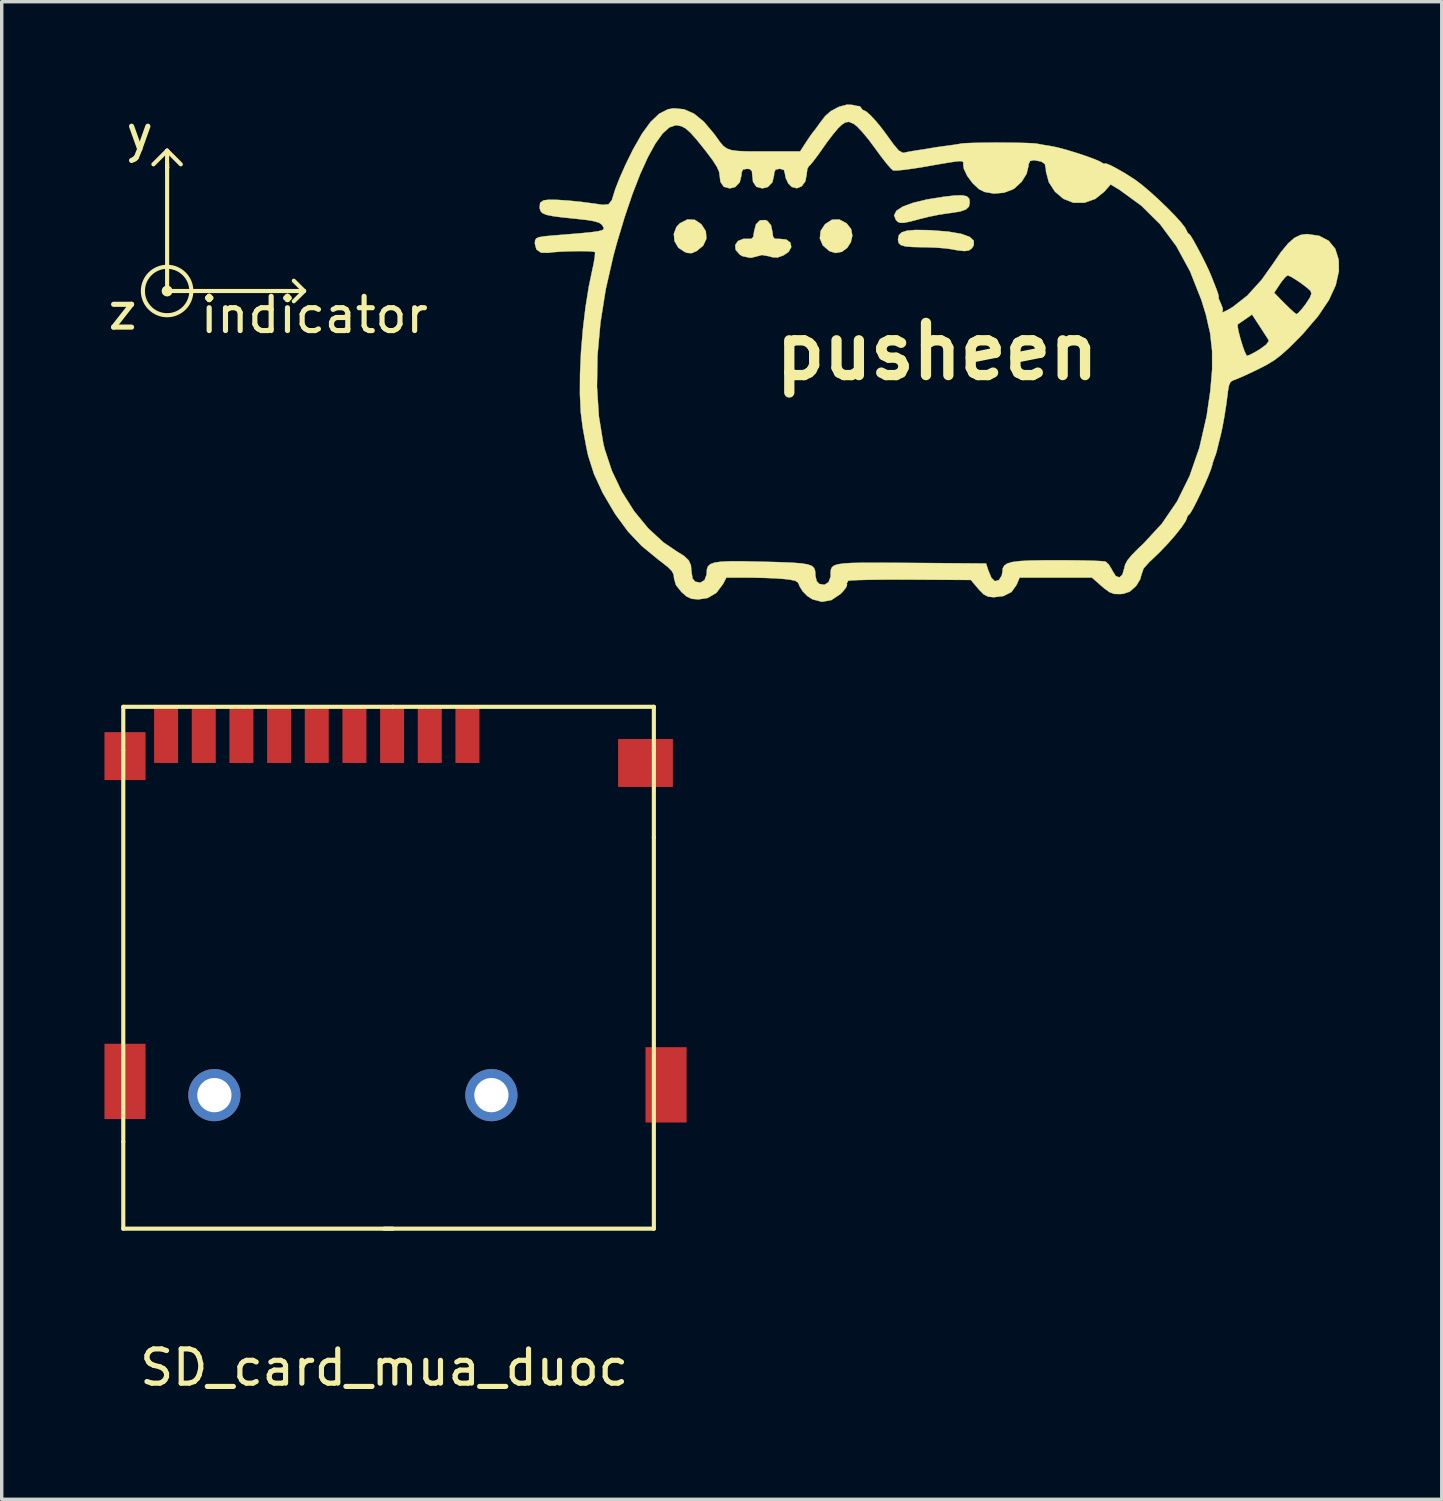
<source format=kicad_pcb>
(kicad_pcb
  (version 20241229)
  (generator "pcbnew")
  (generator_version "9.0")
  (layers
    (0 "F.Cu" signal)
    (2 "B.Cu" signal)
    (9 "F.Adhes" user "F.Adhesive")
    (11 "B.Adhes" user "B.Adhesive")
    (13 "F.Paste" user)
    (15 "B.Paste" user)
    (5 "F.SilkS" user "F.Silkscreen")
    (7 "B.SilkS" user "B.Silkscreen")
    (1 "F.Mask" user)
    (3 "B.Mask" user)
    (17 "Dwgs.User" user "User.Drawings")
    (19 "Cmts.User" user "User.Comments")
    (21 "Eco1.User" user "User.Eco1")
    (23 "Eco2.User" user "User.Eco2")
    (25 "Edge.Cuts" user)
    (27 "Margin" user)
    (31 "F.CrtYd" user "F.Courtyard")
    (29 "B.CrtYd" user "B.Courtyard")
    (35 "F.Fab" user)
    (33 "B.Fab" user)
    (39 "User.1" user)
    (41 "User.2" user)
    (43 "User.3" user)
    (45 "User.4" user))
  (footprint "indicator"
    (layer "F.Cu")
    (at 1.83 5.448)
    (property "Reference" "indicator" (at 4.3 0.7 0) (layer "F.SilkS") (effects (font (size 1 1) (thickness 0.15))))
    (attr through_hole)
    (fp_line (start -0.4 -3.7) (end 0 -4.1) (stroke (width 0.12) (type solid)) (layer "F.SilkS"))
    (fp_line (start 0 -4.1) (end 0.4 -3.7) (stroke (width 0.12) (type solid)) (layer "F.SilkS"))
    (fp_line (start 0 -3.7) (end 0 -3.6) (stroke (width 0.12) (type solid)) (layer "F.SilkS"))
    (fp_line (start 0 -3.6) (end 0 -4.1) (stroke (width 0.12) (type solid)) (layer "F.SilkS"))
    (fp_line (start 0 0) (end 0 -3.6) (stroke (width 0.12) (type solid)) (layer "F.SilkS"))
    (fp_line (start 0 0) (end 4 0) (stroke (width 0.12) (type solid)) (layer "F.SilkS"))
    (fp_line (start 3.7 -0.3) (end 4 0) (stroke (width 0.12) (type solid)) (layer "F.SilkS"))
    (fp_line (start 4 0) (end 3.7 0.3) (stroke (width 0.12) (type solid)) (layer "F.SilkS"))
    (fp_circle (center 0 0) (end 0.1 0) (stroke (width 0.12) (type solid)) (fill no) (layer "F.SilkS"))
    (fp_circle (center 0 0) (end 0.5 0.5) (stroke (width 0.12) (type solid)) (fill no) (layer "F.SilkS"))
    (fp_text user "z" (at -1.3 0.6 0) (layer "F.SilkS") (effects (font (size 1 1) (thickness 0.15))))
    (fp_text user "y" (at -0.8 -4.6 0) (layer "F.SilkS") (effects (font (size 1 1) (thickness 0.15)))))
  (footprint "SD_card_mua_duoc"
    (layer "F.Cu")
    (at 8.17 32.83)
    (property "Reference" "SD_card_mua_duoc" (at 0 4.056 0) (layer "F.SilkS") (effects (font (size 1 1) (thickness 0.15))))
    (attr through_hole)
    (fp_line (start -7.62 -13.97) (end -7.62 -15.24) (stroke (width 0.12) (type solid)) (layer "F.SilkS"))
    (fp_line (start -7.62 -13.97) (end -7.62 -2.54) (stroke (width 0.12) (type solid)) (layer "F.SilkS"))
    (fp_line (start -7.62 -2.54) (end -7.62 0) (stroke (width 0.12) (type solid)) (layer "F.SilkS"))
    (fp_line (start -7.62 0) (end 0.254 0) (stroke (width 0.12) (type solid)) (layer "F.SilkS"))
    (fp_line (start 0 0) (end 7.874 0) (stroke (width 0.12) (type solid)) (layer "F.SilkS"))
    (fp_line (start 0.254 -15.24) (end -7.62 -15.24) (stroke (width 0.12) (type solid)) (layer "F.SilkS"))
    (fp_line (start 0.254 -15.24) (end 7.874 -15.24) (stroke (width 0.12) (type solid)) (layer "F.SilkS"))
    (fp_line (start 7.874 -15.24) (end 7.874 -13.97) (stroke (width 0.12) (type solid)) (layer "F.SilkS"))
    (fp_line (start 7.874 -11.43) (end 7.874 -13.97) (stroke (width 0.12) (type solid)) (layer "F.SilkS"))
    (fp_line (start 7.874 0) (end 7.874 -11.43) (stroke (width 0.12) (type solid)) (layer "F.SilkS"))
    (pad "" smd rect (at -7.57 -13.8 90) (size 1.4 1.2) (layers "F.Cu" "F.Mask" "F.Paste"))
    (pad "" smd rect (at -7.57 -4.3 90) (size 2.2 1.2) (layers "F.Cu" "F.Mask" "F.Paste"))
    (pad "" thru_hole circle (at -4.96 -3.9 90) (size 1.524 1.524) (drill 1) (layers "*.Cu" "*.Mask"))
    (pad "" thru_hole circle (at 3.13 -3.9) (size 1.524 1.524) (drill 1) (layers "*.Cu" "*.Mask"))
    (pad "" smd rect (at 7.63 -13.6 90) (size 1.4 1.6) (layers "F.Cu" "F.Mask" "F.Paste"))
    (pad "" smd rect (at 8.23 -4.2 90) (size 2.2 1.2) (layers "F.Cu" "F.Mask" "F.Paste"))
    (pad "1" smd rect (at 2.43 -14.4) (size 0.7 1.6) (layers "F.Cu" "F.Mask" "F.Paste"))
    (pad "2" smd rect (at 1.33 -14.4) (size 0.7 1.6) (layers "F.Cu" "F.Mask" "F.Paste"))
    (pad "3" smd rect (at 0.23 -14.4) (size 0.7 1.6) (layers "F.Cu" "F.Mask" "F.Paste"))
    (pad "4" smd rect (at -0.87 -14.4) (size 0.7 1.6) (layers "F.Cu" "F.Mask" "F.Paste"))
    (pad "5" smd rect (at -1.97 -14.4) (size 0.7 1.6) (layers "F.Cu" "F.Mask" "F.Paste"))
    (pad "6" smd rect (at -3.07 -14.4) (size 0.7 1.6) (layers "F.Cu" "F.Mask" "F.Paste"))
    (pad "7" smd rect (at -4.17 -14.4) (size 0.7 1.6) (layers "F.Cu" "F.Mask" "F.Paste"))
    (pad "8" smd rect (at -5.27 -14.4) (size 0.7 1.6) (layers "F.Cu" "F.Mask" "F.Paste"))
    (pad "CD" smd rect (at -6.37 -14.4) (size 0.7 1.6) (layers "F.Cu" "F.Mask" "F.Paste")))
  (footprint "pusheen"
    (layer "F.Cu")
    (at 24.317 7.214)
    (property "Reference" "pusheen" (at 0 0 0) (layer "F.SilkS") (effects (font (size 1.524 1.524) (thickness 0.3))))
    (attr through_hole)
    (fp_poly (pts (xy -2.644 -3.742) (xy -2.513 -3.576) (xy -2.477 -3.383) (xy -2.521 -3.191) (xy -2.627 -3.025) (xy -2.782 -2.911) (xy -2.967 -2.876) (xy -3.143 -2.929) (xy -3.339 -3.097) (xy -3.426 -3.304) (xy -3.401 -3.524) (xy -3.273 -3.718) (xy -3.071 -3.849) (xy -2.856 -3.854) (xy -2.644 -3.742)) (stroke (width 0.01) (type solid)) (fill yes) (layer "F.SilkS"))
    (fp_poly (pts (xy -7.078 -3.845) (xy -6.887 -3.718) (xy -6.755 -3.511) (xy -6.739 -3.292) (xy -6.834 -3.089) (xy -7.028 -2.931) (xy -7.169 -2.871) (xy -7.289 -2.877) (xy -7.366 -2.903) (xy -7.559 -3.031) (xy -7.669 -3.22) (xy -7.69 -3.434) (xy -7.614 -3.637) (xy -7.516 -3.742) (xy -7.293 -3.856) (xy -7.078 -3.845)) (stroke (width 0.01) (type solid)) (fill yes) (layer "F.SilkS"))
    (fp_poly (pts (xy 0.868 -4.531) (xy 0.935 -4.463) (xy 0.953 -4.354) (xy 0.928 -4.232) (xy 0.841 -4.147) (xy 0.672 -4.088) (xy 0.4 -4.045) (xy 0.339 -4.038) (xy 0.064 -3.997) (xy -0.255 -3.932) (xy -0.502 -3.871) (xy -0.779 -3.797) (xy -0.962 -3.759) (xy -1.078 -3.757) (xy -1.153 -3.788) (xy -1.204 -3.839) (xy -1.258 -3.977) (xy -1.19 -4.109) (xy -1.004 -4.231) (xy -0.705 -4.342) (xy -0.298 -4.44) (xy 0.187 -4.518) (xy 0.513 -4.555) (xy 0.734 -4.561) (xy 0.868 -4.531)) (stroke (width 0.01) (type solid)) (fill yes) (layer "F.SilkS"))
    (fp_poly (pts (xy -0.281 -3.544) (xy -0.163 -3.539) (xy 0.327 -3.5) (xy 0.697 -3.437) (xy 0.944 -3.349) (xy 1.069 -3.237) (xy 1.069 -3.102) (xy 1.013 -3.013) (xy 0.929 -2.951) (xy 0.797 -2.932) (xy 0.589 -2.955) (xy 0.413 -2.988) (xy 0.228 -3.013) (xy -0.034 -3.033) (xy -0.323 -3.044) (xy -0.392 -3.044) (xy -0.714 -3.051) (xy -0.93 -3.069) (xy -1.059 -3.106) (xy -1.124 -3.167) (xy -1.143 -3.258) (xy -1.143 -3.275) (xy -1.119 -3.396) (xy -1.036 -3.479) (xy -0.88 -3.528) (xy -0.633 -3.549) (xy -0.281 -3.544)) (stroke (width 0.01) (type solid)) (fill yes) (layer "F.SilkS"))
    (fp_poly (pts (xy -4.957 -3.812) (xy -4.852 -3.685) (xy -4.814 -3.508) (xy -4.792 -3.353) (xy -4.741 -3.291) (xy -4.629 -3.288) (xy -4.614 -3.289) (xy -4.408 -3.27) (xy -4.287 -3.18) (xy -4.26 -3.05) (xy -4.336 -2.911) (xy -4.479 -2.812) (xy -4.658 -2.745) (xy -4.805 -2.749) (xy -4.901 -2.779) (xy -5.116 -2.818) (xy -5.211 -2.792) (xy -5.445 -2.733) (xy -5.684 -2.783) (xy -5.764 -2.829) (xy -5.885 -2.967) (xy -5.897 -3.11) (xy -5.816 -3.227) (xy -5.656 -3.289) (xy -5.546 -3.289) (xy -5.427 -3.289) (xy -5.371 -3.344) (xy -5.348 -3.488) (xy -5.346 -3.508) (xy -5.29 -3.715) (xy -5.175 -3.83) (xy -5.019 -3.838) (xy -4.957 -3.812)) (stroke (width 0.01) (type solid)) (fill yes) (layer "F.SilkS"))
    (fp_poly (pts (xy -2.477 -7.2) (xy -2.34 -7.169) (xy -2.27 -7.165) (xy -2.224 -7.128) (xy -2.223 -7.112) (xy -2.173 -7.052) (xy -2.152 -7.048) (xy -2.07 -7.005) (xy -1.944 -6.895) (xy -1.882 -6.829) (xy -1.777 -6.713) (xy -1.687 -6.605) (xy -1.588 -6.479) (xy -1.461 -6.307) (xy -1.282 -6.06) (xy -1.271 -6.045) (xy -1.12 -5.867) (xy -1.003 -5.801) (xy -0.966 -5.804) (xy -0.834 -5.833) (xy -0.645 -5.865) (xy -0.601 -5.872) (xy -0.392 -5.903) (xy -0.211 -5.934) (xy -0.188 -5.938) (xy -0.026 -5.965) (xy 0.188 -5.995) (xy 0.254 -6.003) (xy 0.466 -6.032) (xy 0.649 -6.061) (xy 0.689 -6.07) (xy 0.814 -6.082) (xy 1.037 -6.091) (xy 1.33 -6.097) (xy 1.663 -6.1) (xy 2.008 -6.099) (xy 2.336 -6.095) (xy 2.618 -6.088) (xy 2.826 -6.078) (xy 2.918 -6.067) (xy 3.086 -6.036) (xy 3.295 -6.002) (xy 3.327 -5.997) (xy 3.516 -5.958) (xy 3.767 -5.891) (xy 4.047 -5.806) (xy 4.324 -5.715) (xy 4.565 -5.628) (xy 4.738 -5.555) (xy 4.801 -5.519) (xy 4.874 -5.476) (xy 4.889 -5.486) (xy 4.939 -5.488) (xy 5.071 -5.433) (xy 5.262 -5.333) (xy 5.49 -5.201) (xy 5.73 -5.048) (xy 5.789 -5.009) (xy 5.984 -4.862) (xy 6.217 -4.664) (xy 6.468 -4.436) (xy 6.717 -4.197) (xy 6.942 -3.968) (xy 7.123 -3.768) (xy 7.239 -3.618) (xy 7.269 -3.56) (xy 7.322 -3.455) (xy 7.36 -3.429) (xy 7.404 -3.376) (xy 7.488 -3.236) (xy 7.598 -3.037) (xy 7.72 -2.805) (xy 7.839 -2.568) (xy 7.941 -2.353) (xy 8.01 -2.191) (xy 8.066 -2.048) (xy 8.14 -1.861) (xy 8.154 -1.826) (xy 8.206 -1.678) (xy 8.223 -1.594) (xy 8.218 -1.588) (xy 8.223 -1.539) (xy 8.275 -1.42) (xy 8.283 -1.405) (xy 8.336 -1.269) (xy 8.339 -1.185) (xy 8.337 -1.183) (xy 8.314 -1.141) (xy 8.379 -1.159) (xy 8.512 -1.227) (xy 8.633 -1.3) (xy 9.06 -1.635) (xy 9.131 -1.714) (xy 9.841 -1.714) (xy 10.143 -1.407) (xy 10.302 -1.251) (xy 10.428 -1.137) (xy 10.493 -1.09) (xy 10.552 -1.131) (xy 10.658 -1.25) (xy 10.758 -1.38) (xy 10.882 -1.567) (xy 10.928 -1.686) (xy 10.907 -1.764) (xy 10.905 -1.767) (xy 10.807 -1.857) (xy 10.654 -1.974) (xy 10.483 -2.091) (xy 10.332 -2.183) (xy 10.24 -2.222) (xy 10.236 -2.223) (xy 10.169 -2.174) (xy 10.066 -2.05) (xy 10.009 -1.968) (xy 9.841 -1.714) (xy 9.131 -1.714) (xy 9.476 -2.095) (xy 9.798 -2.549) (xy 10.041 -2.904) (xy 10.249 -3.157) (xy 10.437 -3.32) (xy 10.62 -3.406) (xy 10.797 -3.429) (xy 11.155 -3.378) (xy 11.434 -3.232) (xy 11.626 -2.997) (xy 11.725 -2.68) (xy 11.731 -2.35) (xy 11.64 -1.939) (xy 11.44 -1.503) (xy 11.127 -1.036) (xy 10.697 -0.533) (xy 10.541 -0.37) (xy 10.268 -0.099) (xy 10.046 0.101) (xy 9.843 0.255) (xy 9.627 0.387) (xy 9.365 0.522) (xy 9.359 0.525) (xy 9.1 0.648) (xy 8.872 0.751) (xy 8.707 0.821) (xy 8.65 0.84) (xy 8.572 0.884) (xy 8.523 0.984) (xy 8.489 1.172) (xy 8.481 1.247) (xy 8.442 1.55) (xy 8.389 1.89) (xy 8.331 2.208) (xy 8.283 2.429) (xy 8.225 2.659) (xy 8.174 2.869) (xy 8.161 2.921) (xy 8.133 3.015) (xy 8.125 3.032) (xy 8.1 3.098) (xy 8.096 3.111) (xy 8.07 3.186) (xy 8.068 3.191) (xy 8.046 3.258) (xy 8.035 3.31) (xy 7.994 3.442) (xy 7.916 3.642) (xy 7.812 3.883) (xy 7.695 4.138) (xy 7.578 4.38) (xy 7.473 4.583) (xy 7.394 4.719) (xy 7.354 4.763) (xy 7.305 4.812) (xy 7.303 4.836) (xy 7.259 4.949) (xy 7.14 5.128) (xy 6.963 5.352) (xy 6.746 5.601) (xy 6.506 5.853) (xy 6.26 6.089) (xy 6.201 6.142) (xy 6.028 6.336) (xy 5.969 6.506) (xy 5.928 6.653) (xy 5.825 6.824) (xy 5.788 6.868) (xy 5.621 7.014) (xy 5.433 7.076) (xy 5.345 7.084) (xy 5.176 7.08) (xy 5.036 7.031) (xy 4.877 6.916) (xy 4.802 6.851) (xy 4.521 6.604) (xy 2.407 6.604) (xy 2.319 6.814) (xy 2.171 7.023) (xy 1.935 7.142) (xy 1.653 7.176) (xy 1.488 7.159) (xy 1.359 7.093) (xy 1.217 6.949) (xy 1.196 6.924) (xy 0.984 6.672) (xy -0.772 6.662) (xy -1.234 6.661) (xy -1.655 6.663) (xy -2.019 6.668) (xy -2.309 6.675) (xy -2.507 6.684) (xy -2.597 6.695) (xy -2.599 6.696) (xy -2.64 6.774) (xy -2.631 6.802) (xy -2.651 6.877) (xy -2.744 7.001) (xy -2.825 7.083) (xy -3.086 7.258) (xy -3.362 7.31) (xy -3.637 7.239) (xy -3.787 7.144) (xy -3.927 7.004) (xy -4.016 6.86) (xy -4.024 6.836) (xy -4.061 6.751) (xy -4.138 6.698) (xy -4.288 6.665) (xy -4.453 6.645) (xy -4.694 6.627) (xy -5.009 6.613) (xy -5.346 6.605) (xy -5.5 6.604) (xy -6.156 6.604) (xy -6.252 6.789) (xy -6.447 7.049) (xy -6.704 7.199) (xy -6.968 7.239) (xy -7.169 7.222) (xy -7.321 7.152) (xy -7.468 7.023) (xy -7.628 6.82) (xy -7.683 6.629) (xy -7.684 6.613) (xy -7.697 6.508) (xy -7.75 6.41) (xy -7.863 6.296) (xy -8.056 6.143) (xy -8.144 6.077) (xy -8.626 5.681) (xy -9.025 5.261) (xy -9.385 4.772) (xy -9.422 4.715) (xy -9.769 4.125) (xy -10.021 3.577) (xy -10.191 3.044) (xy -10.248 2.778) (xy -10.277 2.62) (xy -10.319 2.394) (xy -10.353 2.206) (xy -10.407 1.776) (xy -10.432 1.25) (xy -10.431 1.033) (xy -9.934 1.033) (xy -9.879 1.892) (xy -9.752 2.671) (xy -9.71 2.849) (xy -9.5 3.483) (xy -9.209 4.094) (xy -8.851 4.661) (xy -8.441 5.161) (xy -7.994 5.574) (xy -7.625 5.824) (xy -7.392 5.97) (xy -7.256 6.099) (xy -7.191 6.244) (xy -7.176 6.422) (xy -7.143 6.631) (xy -7.066 6.722) (xy -6.914 6.751) (xy -6.792 6.675) (xy -6.733 6.516) (xy -6.731 6.478) (xy -6.724 6.363) (xy -6.692 6.274) (xy -6.621 6.209) (xy -6.497 6.164) (xy -6.306 6.138) (xy -6.034 6.126) (xy -5.666 6.127) (xy -5.188 6.137) (xy -5.088 6.139) (xy -4.608 6.152) (xy -4.241 6.167) (xy -3.971 6.187) (xy -3.783 6.217) (xy -3.663 6.26) (xy -3.595 6.321) (xy -3.564 6.404) (xy -3.556 6.511) (xy -3.556 6.549) (xy -3.518 6.706) (xy -3.447 6.786) (xy -3.294 6.814) (xy -3.172 6.738) (xy -3.113 6.582) (xy -3.111 6.55) (xy -3.111 6.448) (xy -3.102 6.366) (xy -3.072 6.301) (xy -3.01 6.251) (xy -2.903 6.215) (xy -2.739 6.191) (xy -2.506 6.176) (xy -2.192 6.169) (xy -1.785 6.168) (xy -1.273 6.171) (xy -0.762 6.174) (xy 1.429 6.191) (xy 1.495 6.398) (xy 1.586 6.613) (xy 1.683 6.707) (xy 1.791 6.682) (xy 1.807 6.67) (xy 1.886 6.544) (xy 1.905 6.441) (xy 1.916 6.334) (xy 1.959 6.252) (xy 2.047 6.191) (xy 2.195 6.148) (xy 2.418 6.12) (xy 2.729 6.104) (xy 3.143 6.097) (xy 3.501 6.096) (xy 3.903 6.098) (xy 4.264 6.103) (xy 4.566 6.111) (xy 4.787 6.121) (xy 4.907 6.133) (xy 4.918 6.135) (xy 5.01 6.217) (xy 5.1 6.366) (xy 5.113 6.394) (xy 5.215 6.557) (xy 5.32 6.597) (xy 5.409 6.519) (xy 5.461 6.339) (xy 5.491 6.22) (xy 5.558 6.097) (xy 5.679 5.949) (xy 5.87 5.756) (xy 6.032 5.602) (xy 6.56 5.031) (xy 7.005 4.379) (xy 7.37 3.64) (xy 7.658 2.81) (xy 7.87 1.884) (xy 7.977 1.149) (xy 8.03 0.528) (xy 8.029 -0.019) (xy 7.971 -0.537) (xy 7.928 -0.723) (xy 8.775 -0.723) (xy 8.804 -0.573) (xy 8.855 -0.377) (xy 8.917 -0.173) (xy 8.979 0.001) (xy 9.03 0.109) (xy 9.049 0.127) (xy 9.138 0.095) (xy 9.293 0.013) (xy 9.421 -0.064) (xy 9.606 -0.2) (xy 9.681 -0.301) (xy 9.677 -0.334) (xy 9.619 -0.427) (xy 9.516 -0.587) (xy 9.413 -0.746) (xy 9.195 -1.079) (xy 8.995 -0.941) (xy 8.862 -0.85) (xy 8.784 -0.796) (xy 8.778 -0.792) (xy 8.775 -0.723) (xy 7.928 -0.723) (xy 7.85 -1.068) (xy 7.718 -1.498) (xy 7.386 -2.338) (xy 6.985 -3.075) (xy 6.512 -3.713) (xy 5.961 -4.259) (xy 5.33 -4.718) (xy 5.279 -4.749) (xy 5.066 -4.878) (xy 4.876 -4.662) (xy 4.616 -4.455) (xy 4.304 -4.344) (xy 3.977 -4.344) (xy 3.977 -4.344) (xy 3.685 -4.459) (xy 3.438 -4.669) (xy 3.261 -4.944) (xy 3.178 -5.253) (xy 3.175 -5.325) (xy 3.145 -5.475) (xy 3.041 -5.546) (xy 3.032 -5.548) (xy 2.826 -5.587) (xy 2.712 -5.562) (xy 2.669 -5.464) (xy 2.667 -5.421) (xy 2.612 -5.19) (xy 2.468 -4.957) (xy 2.261 -4.766) (xy 2.212 -4.734) (xy 1.952 -4.637) (xy 1.66 -4.611) (xy 1.386 -4.658) (xy 1.222 -4.74) (xy 1.034 -4.916) (xy 0.878 -5.127) (xy 0.781 -5.332) (xy 0.762 -5.437) (xy 0.764 -5.492) (xy 0.759 -5.531) (xy 0.73 -5.554) (xy 0.661 -5.559) (xy 0.534 -5.547) (xy 0.334 -5.516) (xy 0.042 -5.467) (xy -0.356 -5.397) (xy -0.39 -5.391) (xy -0.701 -5.341) (xy -0.971 -5.305) (xy -1.174 -5.285) (xy -1.281 -5.286) (xy -1.286 -5.288) (xy -1.358 -5.351) (xy -1.484 -5.498) (xy -1.645 -5.704) (xy -1.815 -5.937) (xy -2.004 -6.191) (xy -2.187 -6.411) (xy -2.341 -6.573) (xy -2.435 -6.647) (xy -2.575 -6.706) (xy -2.679 -6.691) (xy -2.787 -6.621) (xy -2.894 -6.517) (xy -3.045 -6.336) (xy -3.218 -6.109) (xy -3.32 -5.964) (xy -3.479 -5.738) (xy -3.617 -5.555) (xy -3.714 -5.438) (xy -3.749 -5.408) (xy -3.79 -5.337) (xy -3.81 -5.192) (xy -3.81 -5.174) (xy -3.851 -4.965) (xy -3.956 -4.824) (xy -4.097 -4.766) (xy -4.247 -4.805) (xy -4.346 -4.904) (xy -4.423 -5.066) (xy -4.445 -5.189) (xy -4.475 -5.301) (xy -4.588 -5.334) (xy -4.604 -5.334) (xy -4.718 -5.313) (xy -4.759 -5.224) (xy -4.763 -5.148) (xy -4.812 -4.941) (xy -4.945 -4.803) (xy -5.104 -4.763) (xy -5.28 -4.81) (xy -5.377 -4.954) (xy -5.397 -5.124) (xy -5.411 -5.269) (xy -5.471 -5.326) (xy -5.556 -5.334) (xy -5.671 -5.313) (xy -5.712 -5.224) (xy -5.715 -5.148) (xy -5.765 -4.941) (xy -5.897 -4.803) (xy -6.056 -4.763) (xy -6.232 -4.81) (xy -6.329 -4.954) (xy -6.35 -5.126) (xy -6.368 -5.248) (xy -6.432 -5.392) (xy -6.552 -5.581) (xy -6.744 -5.836) (xy -6.8 -5.908) (xy -7.029 -6.192) (xy -7.203 -6.387) (xy -7.341 -6.51) (xy -7.462 -6.577) (xy -7.584 -6.602) (xy -7.643 -6.604) (xy -7.823 -6.542) (xy -8.02 -6.362) (xy -8.23 -6.07) (xy -8.448 -5.673) (xy -8.673 -5.178) (xy -8.9 -4.593) (xy -9.127 -3.923) (xy -9.351 -3.176) (xy -9.455 -2.794) (xy -9.678 -1.818) (xy -9.833 -0.842) (xy -9.919 0.115) (xy -9.934 1.033) (xy -10.431 1.033) (xy -10.429 0.654) (xy -10.4 0.015) (xy -10.346 -0.64) (xy -10.27 -1.285) (xy -10.173 -1.893) (xy -10.087 -2.306) (xy -10.033 -2.557) (xy -9.999 -2.759) (xy -9.989 -2.881) (xy -9.994 -2.903) (xy -10.072 -2.92) (xy -10.245 -2.929) (xy -10.478 -2.93) (xy -10.74 -2.926) (xy -10.998 -2.915) (xy -11.219 -2.899) (xy -11.351 -2.882) (xy -11.565 -2.884) (xy -11.702 -2.978) (xy -11.748 -3.147) (xy -11.742 -3.241) (xy -11.709 -3.301) (xy -11.624 -3.339) (xy -11.464 -3.365) (xy -11.203 -3.388) (xy -11.176 -3.39) (xy -10.699 -3.429) (xy -10.335 -3.46) (xy -10.071 -3.487) (xy -9.892 -3.513) (xy -9.786 -3.54) (xy -9.739 -3.573) (xy -9.737 -3.613) (xy -9.767 -3.665) (xy -9.797 -3.706) (xy -9.872 -3.76) (xy -10.022 -3.805) (xy -10.264 -3.844) (xy -10.573 -3.878) (xy -10.953 -3.917) (xy -11.225 -3.953) (xy -11.408 -3.99) (xy -11.519 -4.036) (xy -11.579 -4.096) (xy -11.605 -4.175) (xy -11.608 -4.203) (xy -11.594 -4.343) (xy -11.492 -4.414) (xy -11.491 -4.414) (xy -11.344 -4.431) (xy -11.097 -4.428) (xy -10.774 -4.407) (xy -10.399 -4.369) (xy -9.997 -4.317) (xy -9.767 -4.282) (xy -9.598 -4.298) (xy -9.499 -4.42) (xy -9.482 -4.477) (xy -9.401 -4.738) (xy -9.268 -5.077) (xy -9.095 -5.466) (xy -8.895 -5.873) (xy -8.885 -5.893) (xy -8.619 -6.36) (xy -8.366 -6.707) (xy -8.117 -6.942) (xy -7.867 -7.071) (xy -7.699 -7.102) (xy -7.392 -7.073) (xy -7.101 -6.945) (xy -6.812 -6.709) (xy -6.516 -6.359) (xy -6.445 -6.261) (xy -6.338 -6.111) (xy -6.243 -6.001) (xy -6.14 -5.927) (xy -6.007 -5.88) (xy -5.821 -5.855) (xy -5.56 -5.844) (xy -5.203 -5.842) (xy -5.037 -5.842) (xy -4.002 -5.842) (xy -3.827 -6.112) (xy -3.72 -6.273) (xy -3.64 -6.385) (xy -3.617 -6.413) (xy -3.562 -6.482) (xy -3.466 -6.614) (xy -3.428 -6.668) (xy -3.268 -6.877) (xy -3.109 -7.016) (xy -2.9 -7.129) (xy -2.858 -7.148) (xy -2.631 -7.209) (xy -2.477 -7.2)) (stroke (width 0.01) (type solid)) (fill yes) (layer "F.SilkS")))
  (gr_rect
    (start -3 -3)
    (end 39.052 40.734)
    (stroke (width 0.1) (type default))
    (fill no)
    (layer "Edge.Cuts")))
</source>
